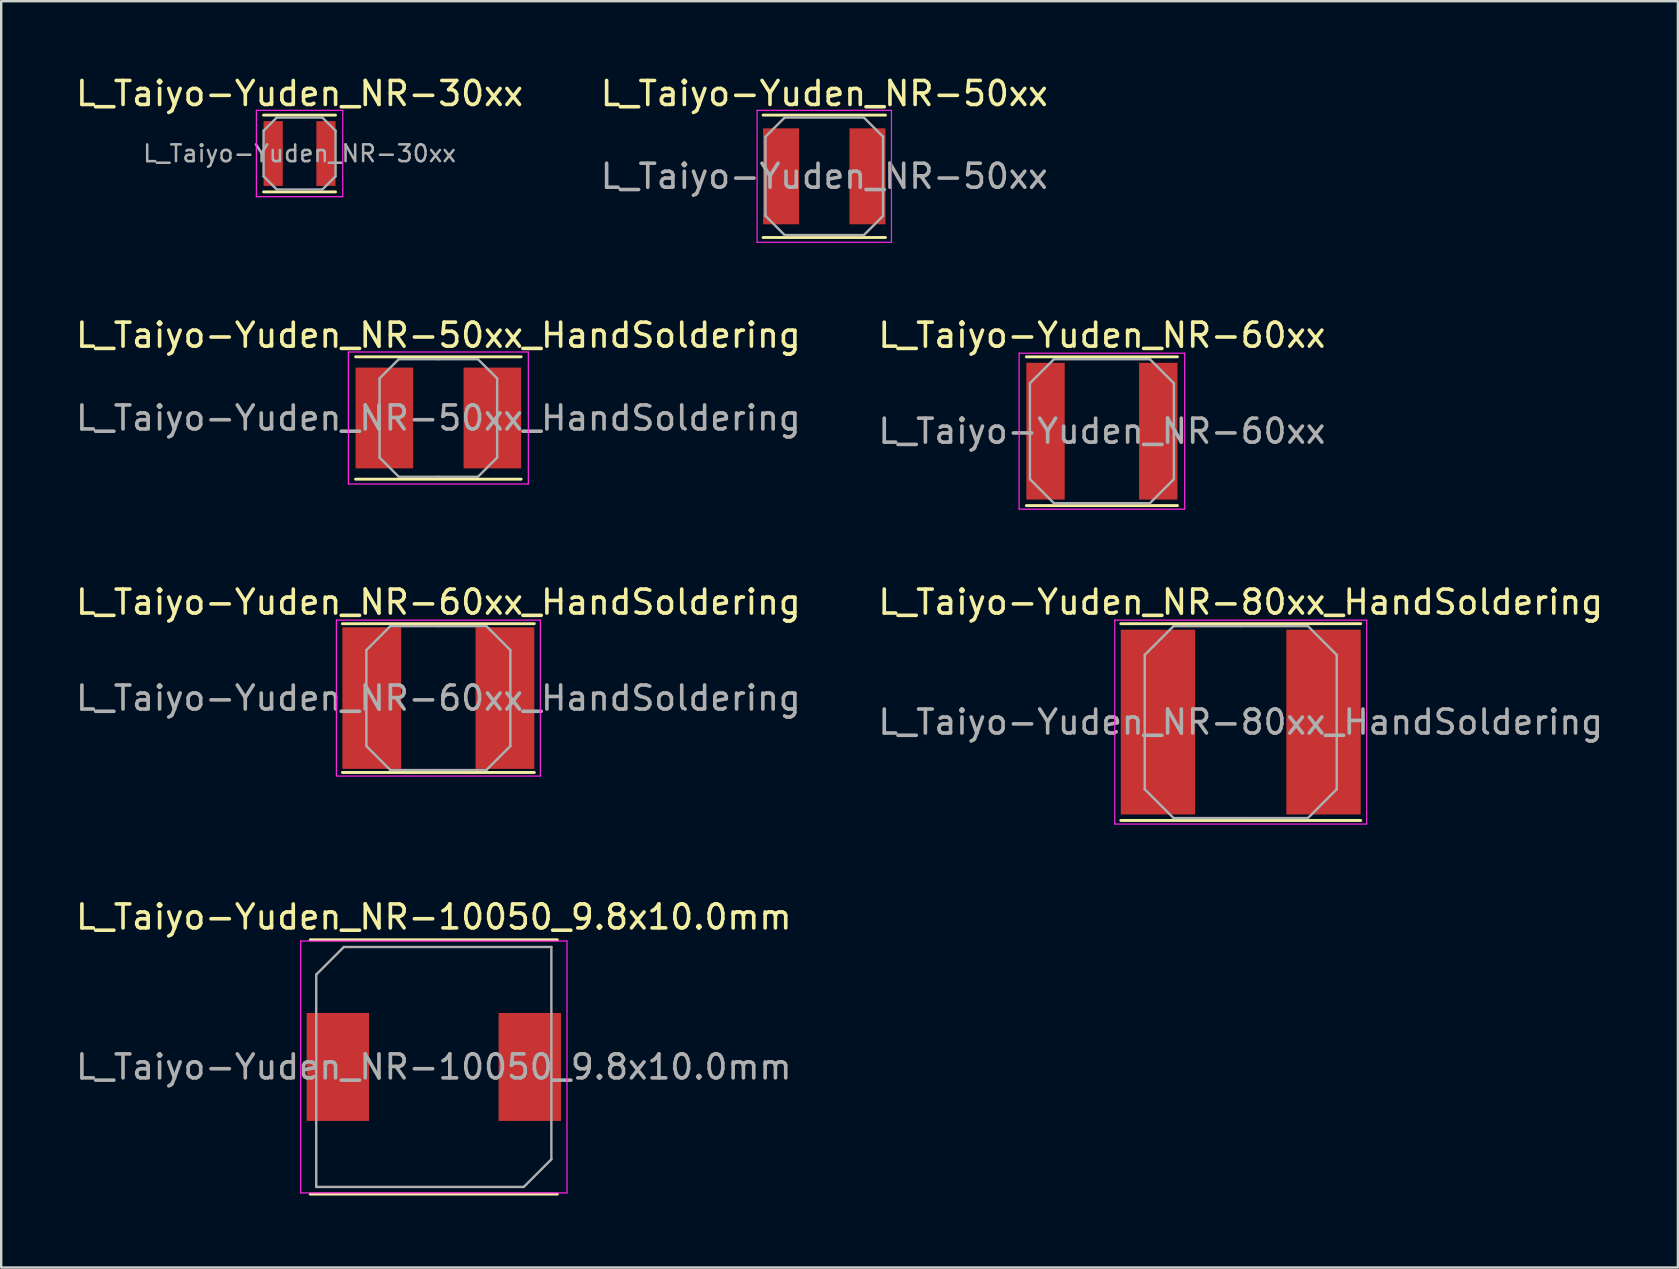
<source format=kicad_pcb>
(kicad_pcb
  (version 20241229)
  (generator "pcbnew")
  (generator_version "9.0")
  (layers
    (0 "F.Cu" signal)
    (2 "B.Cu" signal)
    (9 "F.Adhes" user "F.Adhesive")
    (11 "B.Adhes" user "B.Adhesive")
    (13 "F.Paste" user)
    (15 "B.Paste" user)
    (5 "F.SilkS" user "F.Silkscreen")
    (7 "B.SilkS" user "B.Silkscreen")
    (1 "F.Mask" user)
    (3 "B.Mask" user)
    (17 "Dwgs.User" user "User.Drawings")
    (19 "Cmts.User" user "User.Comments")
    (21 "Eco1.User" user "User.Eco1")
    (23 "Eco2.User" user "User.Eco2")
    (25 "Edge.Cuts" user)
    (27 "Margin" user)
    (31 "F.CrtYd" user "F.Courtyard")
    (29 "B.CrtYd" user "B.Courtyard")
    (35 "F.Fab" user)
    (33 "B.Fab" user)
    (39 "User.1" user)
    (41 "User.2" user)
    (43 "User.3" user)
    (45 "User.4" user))
  (footprint "L_Taiyo-Yuden_NR-60xx_HandSoldering"
    (layer "F.Cu")
    (at 15.22 26.045)
    (property "Reference" "L_Taiyo-Yuden_NR-60xx_HandSoldering" (at 0 -4 0) (layer "F.SilkS") (effects (font (size 1 1) (thickness 0.15))))
    (attr smd)
    (fp_line (start -4 -3.1) (end 4 -3.1) (stroke (width 0.12) (type solid)) (layer "F.SilkS"))
    (fp_line (start -4 3.1) (end 4 3.1) (stroke (width 0.12) (type solid)) (layer "F.SilkS"))
    (fp_line (start -4.25 -3.25) (end -4.25 3.25) (stroke (width 0.05) (type solid)) (layer "F.CrtYd"))
    (fp_line (start -4.25 3.25) (end 4.25 3.25) (stroke (width 0.05) (type solid)) (layer "F.CrtYd"))
    (fp_line (start 4.25 -3.25) (end -4.25 -3.25) (stroke (width 0.05) (type solid)) (layer "F.CrtYd"))
    (fp_line (start 4.25 3.25) (end 4.25 -3.25) (stroke (width 0.05) (type solid)) (layer "F.CrtYd"))
    (fp_line (start -3 -2) (end -2 -3) (stroke (width 0.1) (type solid)) (layer "F.Fab"))
    (fp_line (start -3 0) (end -3 -2) (stroke (width 0.1) (type solid)) (layer "F.Fab"))
    (fp_line (start -3 0) (end -3 2) (stroke (width 0.1) (type solid)) (layer "F.Fab"))
    (fp_line (start -3 2) (end -2 3) (stroke (width 0.1) (type solid)) (layer "F.Fab"))
    (fp_line (start -2 -3) (end 0 -3) (stroke (width 0.1) (type solid)) (layer "F.Fab"))
    (fp_line (start -2 3) (end 0 3) (stroke (width 0.1) (type solid)) (layer "F.Fab"))
    (fp_line (start 2 -3) (end 0 -3) (stroke (width 0.1) (type solid)) (layer "F.Fab"))
    (fp_line (start 2 3) (end 0 3) (stroke (width 0.1) (type solid)) (layer "F.Fab"))
    (fp_line (start 3 -2) (end 2 -3) (stroke (width 0.1) (type solid)) (layer "F.Fab"))
    (fp_line (start 3 0) (end 3 -2) (stroke (width 0.1) (type solid)) (layer "F.Fab"))
    (fp_line (start 3 0) (end 3 2) (stroke (width 0.1) (type solid)) (layer "F.Fab"))
    (fp_line (start 3 2) (end 2 3) (stroke (width 0.1) (type solid)) (layer "F.Fab"))
    (fp_text user "${REFERENCE}" (at 0 0 0) (layer "F.Fab") (effects (font (size 1 1) (thickness 0.15))))
    (pad "1" smd rect (at -2.775 0) (size 2.45 5.9) (layers "F.Cu" "F.Mask" "F.Paste"))
    (pad "2" smd rect (at 2.775 0) (size 2.45 5.9) (layers "F.Cu" "F.Mask" "F.Paste")))
  (footprint "L_Taiyo-Yuden_NR-30xx"
    (layer "F.Cu")
    (at 9.435 3.348)
    (property "Reference" "L_Taiyo-Yuden_NR-30xx" (at 0 -2.5 0) (layer "F.SilkS") (effects (font (size 1 1) (thickness 0.15))))
    (attr smd)
    (fp_line (start -1.5 -1.6) (end 1.5 -1.6) (stroke (width 0.12) (type solid)) (layer "F.SilkS"))
    (fp_line (start -1.5 1.6) (end 1.5 1.6) (stroke (width 0.12) (type solid)) (layer "F.SilkS"))
    (fp_line (start -1.8 -1.8) (end -1.8 1.8) (stroke (width 0.05) (type solid)) (layer "F.CrtYd"))
    (fp_line (start -1.8 1.8) (end 1.8 1.8) (stroke (width 0.05) (type solid)) (layer "F.CrtYd"))
    (fp_line (start 1.8 -1.8) (end -1.8 -1.8) (stroke (width 0.05) (type solid)) (layer "F.CrtYd"))
    (fp_line (start 1.8 1.8) (end 1.8 -1.8) (stroke (width 0.05) (type solid)) (layer "F.CrtYd"))
    (fp_line (start -1.5 -0.95) (end -1.5 0.95) (stroke (width 0.1) (type solid)) (layer "F.Fab"))
    (fp_line (start -1.5 -0.95) (end -0.95 -1.5) (stroke (width 0.1) (type solid)) (layer "F.Fab"))
    (fp_line (start -1.5 0.95) (end -0.95 1.5) (stroke (width 0.1) (type solid)) (layer "F.Fab"))
    (fp_line (start -0.95 -1.5) (end 0.95 -1.5) (stroke (width 0.1) (type solid)) (layer "F.Fab"))
    (fp_line (start -0.95 1.5) (end 0.95 1.5) (stroke (width 0.1) (type solid)) (layer "F.Fab"))
    (fp_line (start 1.5 -0.95) (end 0.95 -1.5) (stroke (width 0.1) (type solid)) (layer "F.Fab"))
    (fp_line (start 1.5 0.95) (end 0.95 1.5) (stroke (width 0.1) (type solid)) (layer "F.Fab"))
    (fp_line (start 1.5 0.95) (end 1.5 -0.95) (stroke (width 0.1) (type solid)) (layer "F.Fab"))
    (fp_text user "${REFERENCE}" (at 0 0 0) (layer "F.Fab") (effects (font (size 0.7 0.7) (thickness 0.105))))
    (pad "1" smd rect (at -1.1 0) (size 0.8 2.7) (layers "F.Cu" "F.Mask" "F.Paste"))
    (pad "2" smd rect (at 1.1 0) (size 0.8 2.7) (layers "F.Cu" "F.Mask" "F.Paste")))
  (footprint "L_Taiyo-Yuden_NR-50xx"
    (layer "F.Cu")
    (at 31.304 4.298)
    (property "Reference" "L_Taiyo-Yuden_NR-50xx" (at 0 -3.45 0) (layer "F.SilkS") (effects (font (size 1 1) (thickness 0.15))))
    (attr smd)
    (fp_line (start -2.55 -2.55) (end 2.55 -2.55) (stroke (width 0.12) (type solid)) (layer "F.SilkS"))
    (fp_line (start -2.55 2.55) (end 2.55 2.55) (stroke (width 0.12) (type solid)) (layer "F.SilkS"))
    (fp_line (start -2.8 -2.75) (end -2.8 2.75) (stroke (width 0.05) (type solid)) (layer "F.CrtYd"))
    (fp_line (start -2.8 2.75) (end 2.8 2.75) (stroke (width 0.05) (type solid)) (layer "F.CrtYd"))
    (fp_line (start 2.8 -2.75) (end -2.8 -2.75) (stroke (width 0.05) (type solid)) (layer "F.CrtYd"))
    (fp_line (start 2.8 2.75) (end 2.8 -2.75) (stroke (width 0.05) (type solid)) (layer "F.CrtYd"))
    (fp_line (start -2.45 -1.65) (end -1.65 -2.45) (stroke (width 0.1) (type solid)) (layer "F.Fab"))
    (fp_line (start -2.45 1.65) (end -2.45 -1.65) (stroke (width 0.1) (type solid)) (layer "F.Fab"))
    (fp_line (start -2.45 1.65) (end -1.65 2.45) (stroke (width 0.1) (type solid)) (layer "F.Fab"))
    (fp_line (start -1.65 -2.45) (end 1.65 -2.45) (stroke (width 0.1) (type solid)) (layer "F.Fab"))
    (fp_line (start -1.65 2.45) (end 1.65 2.45) (stroke (width 0.1) (type solid)) (layer "F.Fab"))
    (fp_line (start 2.45 -1.65) (end 1.65 -2.45) (stroke (width 0.1) (type solid)) (layer "F.Fab"))
    (fp_line (start 2.45 -1.65) (end 2.45 1.65) (stroke (width 0.1) (type solid)) (layer "F.Fab"))
    (fp_line (start 2.45 1.65) (end 1.65 2.45) (stroke (width 0.1) (type solid)) (layer "F.Fab"))
    (fp_text user "${REFERENCE}" (at 0 0 0) (layer "F.Fab") (effects (font (size 1 1) (thickness 0.15))))
    (pad "1" smd rect (at -1.8 0) (size 1.5 4) (layers "F.Cu" "F.Mask" "F.Paste"))
    (pad "2" smd rect (at 1.8 0) (size 1.5 4) (layers "F.Cu" "F.Mask" "F.Paste")))
  (footprint "L_Taiyo-Yuden_NR-60xx"
    (layer "F.Cu")
    (at 42.875 14.921)
    (property "Reference" "L_Taiyo-Yuden_NR-60xx" (at 0 -4 0) (layer "F.SilkS") (effects (font (size 1 1) (thickness 0.15))))
    (attr smd)
    (fp_line (start -3.15 -3.1) (end 3.15 -3.1) (stroke (width 0.12) (type solid)) (layer "F.SilkS"))
    (fp_line (start -3.15 3.1) (end 3.15 3.1) (stroke (width 0.12) (type solid)) (layer "F.SilkS"))
    (fp_line (start -3.45 -3.25) (end -3.45 3.25) (stroke (width 0.05) (type solid)) (layer "F.CrtYd"))
    (fp_line (start -3.45 3.25) (end 3.45 3.25) (stroke (width 0.05) (type solid)) (layer "F.CrtYd"))
    (fp_line (start 3.45 -3.25) (end -3.45 -3.25) (stroke (width 0.05) (type solid)) (layer "F.CrtYd"))
    (fp_line (start 3.45 3.25) (end 3.45 -3.25) (stroke (width 0.05) (type solid)) (layer "F.CrtYd"))
    (fp_line (start -3 -2) (end -2 -3) (stroke (width 0.1) (type solid)) (layer "F.Fab"))
    (fp_line (start -3 2) (end -3 -2) (stroke (width 0.1) (type solid)) (layer "F.Fab"))
    (fp_line (start -3 2) (end -2 3) (stroke (width 0.1) (type solid)) (layer "F.Fab"))
    (fp_line (start -2 -3) (end 2 -3) (stroke (width 0.1) (type solid)) (layer "F.Fab"))
    (fp_line (start -2 3) (end 2 3) (stroke (width 0.1) (type solid)) (layer "F.Fab"))
    (fp_line (start 3 -2) (end 2 -3) (stroke (width 0.1) (type solid)) (layer "F.Fab"))
    (fp_line (start 3 2) (end 2 3) (stroke (width 0.1) (type solid)) (layer "F.Fab"))
    (fp_line (start 3 2) (end 3 -2) (stroke (width 0.1) (type solid)) (layer "F.Fab"))
    (fp_text user "${REFERENCE}" (at 0 0 0) (layer "F.Fab") (effects (font (size 1 1) (thickness 0.15))))
    (pad "1" smd rect (at -2.35 0) (size 1.6 5.7) (layers "F.Cu" "F.Mask" "F.Paste"))
    (pad "2" smd rect (at 2.35 0) (size 1.6 5.7) (layers "F.Cu" "F.Mask" "F.Paste")))
  (footprint "L_Taiyo-Yuden_NR-80xx_HandSoldering"
    (layer "F.Cu")
    (at 48.661 27.045)
    (property "Reference" "L_Taiyo-Yuden_NR-80xx_HandSoldering" (at 0 -5 0) (layer "F.SilkS") (effects (font (size 1 1) (thickness 0.15))))
    (attr smd)
    (fp_line (start -5 -4.1) (end 5 -4.1) (stroke (width 0.12) (type solid)) (layer "F.SilkS"))
    (fp_line (start -5 4.1) (end 5 4.1) (stroke (width 0.12) (type solid)) (layer "F.SilkS"))
    (fp_line (start -5.25 -4.25) (end -5.25 4.25) (stroke (width 0.05) (type solid)) (layer "F.CrtYd"))
    (fp_line (start -5.25 4.25) (end 5.25 4.25) (stroke (width 0.05) (type solid)) (layer "F.CrtYd"))
    (fp_line (start 5.25 -4.25) (end -5.25 -4.25) (stroke (width 0.05) (type solid)) (layer "F.CrtYd"))
    (fp_line (start 5.25 4.25) (end 5.25 -4.25) (stroke (width 0.05) (type solid)) (layer "F.CrtYd"))
    (fp_line (start -4 -2.8) (end -2.8 -4) (stroke (width 0.1) (type solid)) (layer "F.Fab"))
    (fp_line (start -4 0) (end -4 -2.8) (stroke (width 0.1) (type solid)) (layer "F.Fab"))
    (fp_line (start -4 0) (end -4 2.8) (stroke (width 0.1) (type solid)) (layer "F.Fab"))
    (fp_line (start -4 2.8) (end -2.8 4) (stroke (width 0.1) (type solid)) (layer "F.Fab"))
    (fp_line (start -2.8 -4) (end 0 -4) (stroke (width 0.1) (type solid)) (layer "F.Fab"))
    (fp_line (start -2.8 4) (end 0 4) (stroke (width 0.1) (type solid)) (layer "F.Fab"))
    (fp_line (start 2.8 -4) (end 0 -4) (stroke (width 0.1) (type solid)) (layer "F.Fab"))
    (fp_line (start 2.8 4) (end 0 4) (stroke (width 0.1) (type solid)) (layer "F.Fab"))
    (fp_line (start 4 -2.8) (end 2.8 -4) (stroke (width 0.1) (type solid)) (layer "F.Fab"))
    (fp_line (start 4 0) (end 4 -2.8) (stroke (width 0.1) (type solid)) (layer "F.Fab"))
    (fp_line (start 4 0) (end 4 2.8) (stroke (width 0.1) (type solid)) (layer "F.Fab"))
    (fp_line (start 4 2.8) (end 2.8 4) (stroke (width 0.1) (type solid)) (layer "F.Fab"))
    (fp_text user "${REFERENCE}" (at 0 0 0) (layer "F.Fab") (effects (font (size 1 1) (thickness 0.15))))
    (pad "1" smd rect (at -3.45 0) (size 3.1 7.7) (layers "F.Cu" "F.Mask" "F.Paste"))
    (pad "2" smd rect (at 3.45 0) (size 3.1 7.7) (layers "F.Cu" "F.Mask" "F.Paste")))
  (footprint "L_Taiyo-Yuden_NR-50xx_HandSoldering"
    (layer "F.Cu")
    (at 15.22 14.371)
    (property "Reference" "L_Taiyo-Yuden_NR-50xx_HandSoldering" (at 0 -3.45 0) (layer "F.SilkS") (effects (font (size 1 1) (thickness 0.15))))
    (attr smd)
    (fp_line (start -3.45 -2.55) (end 3.45 -2.55) (stroke (width 0.12) (type solid)) (layer "F.SilkS"))
    (fp_line (start -3.45 2.55) (end 3.45 2.55) (stroke (width 0.12) (type solid)) (layer "F.SilkS"))
    (fp_line (start -3.75 -2.75) (end -3.75 2.75) (stroke (width 0.05) (type solid)) (layer "F.CrtYd"))
    (fp_line (start -3.75 2.75) (end 3.75 2.75) (stroke (width 0.05) (type solid)) (layer "F.CrtYd"))
    (fp_line (start 3.75 -2.75) (end -3.75 -2.75) (stroke (width 0.05) (type solid)) (layer "F.CrtYd"))
    (fp_line (start 3.75 2.75) (end 3.75 -2.75) (stroke (width 0.05) (type solid)) (layer "F.CrtYd"))
    (fp_line (start -2.45 -1.65) (end -1.65 -2.45) (stroke (width 0.1) (type solid)) (layer "F.Fab"))
    (fp_line (start -2.45 0) (end -2.45 -1.65) (stroke (width 0.1) (type solid)) (layer "F.Fab"))
    (fp_line (start -2.45 0) (end -2.45 1.65) (stroke (width 0.1) (type solid)) (layer "F.Fab"))
    (fp_line (start -2.45 1.65) (end -1.65 2.45) (stroke (width 0.1) (type solid)) (layer "F.Fab"))
    (fp_line (start -1.65 -2.45) (end 0 -2.45) (stroke (width 0.1) (type solid)) (layer "F.Fab"))
    (fp_line (start -1.65 2.45) (end 0 2.45) (stroke (width 0.1) (type solid)) (layer "F.Fab"))
    (fp_line (start 1.65 -2.45) (end 0 -2.45) (stroke (width 0.1) (type solid)) (layer "F.Fab"))
    (fp_line (start 1.65 2.45) (end 0 2.45) (stroke (width 0.1) (type solid)) (layer "F.Fab"))
    (fp_line (start 2.45 -1.65) (end 1.65 -2.45) (stroke (width 0.1) (type solid)) (layer "F.Fab"))
    (fp_line (start 2.45 0) (end 2.45 -1.65) (stroke (width 0.1) (type solid)) (layer "F.Fab"))
    (fp_line (start 2.45 0) (end 2.45 1.65) (stroke (width 0.1) (type solid)) (layer "F.Fab"))
    (fp_line (start 2.45 1.65) (end 1.65 2.45) (stroke (width 0.1) (type solid)) (layer "F.Fab"))
    (fp_text user "${REFERENCE}" (at 0 0 0) (layer "F.Fab") (effects (font (size 1 1) (thickness 0.15))))
    (pad "1" smd rect (at -2.25 0) (size 2.4 4.2) (layers "F.Cu" "F.Mask" "F.Paste"))
    (pad "2" smd rect (at 2.25 0) (size 2.4 4.2) (layers "F.Cu" "F.Mask" "F.Paste")))
  (footprint "L_Taiyo-Yuden_NR-10050_9.8x10.0mm"
    (layer "F.Cu")
    (at 15.03 41.418)
    (property "Reference" "L_Taiyo-Yuden_NR-10050_9.8x10.0mm" (at 0 -6.25 0) (layer "F.SilkS") (effects (font (size 1 1) (thickness 0.15))))
    (attr smd)
    (fp_line (start -5.15 -5.3) (end 5.15 -5.3) (stroke (width 0.12) (type solid)) (layer "F.SilkS"))
    (fp_line (start -5.15 5.3) (end 5.15 5.3) (stroke (width 0.12) (type solid)) (layer "F.SilkS"))
    (fp_line (start -5.55 -5.25) (end -5.55 5.25) (stroke (width 0.05) (type solid)) (layer "F.CrtYd"))
    (fp_line (start -5.55 5.25) (end 5.55 5.25) (stroke (width 0.05) (type solid)) (layer "F.CrtYd"))
    (fp_line (start 5.55 -5.25) (end -5.55 -5.25) (stroke (width 0.05) (type solid)) (layer "F.CrtYd"))
    (fp_line (start 5.55 5.25) (end 5.55 -5.25) (stroke (width 0.05) (type solid)) (layer "F.CrtYd"))
    (fp_line (start -4.9 -3.85) (end -4.9 5) (stroke (width 0.1) (type solid)) (layer "F.Fab"))
    (fp_line (start -4.9 -3.85) (end -3.75 -5) (stroke (width 0.1) (type solid)) (layer "F.Fab"))
    (fp_line (start -4.9 5) (end 3.75 5) (stroke (width 0.1) (type solid)) (layer "F.Fab"))
    (fp_line (start 3.75 5) (end 4.9 3.85) (stroke (width 0.1) (type solid)) (layer "F.Fab"))
    (fp_line (start 4.9 -5) (end -3.75 -5) (stroke (width 0.1) (type solid)) (layer "F.Fab"))
    (fp_line (start 4.9 3.85) (end 4.9 -5) (stroke (width 0.1) (type solid)) (layer "F.Fab"))
    (fp_text user "${REFERENCE}" (at 0 0 0) (layer "F.Fab") (effects (font (size 1 1) (thickness 0.15))))
    (pad "1" smd rect (at -4 0) (size 2.6 4.5) (layers "F.Cu" "F.Mask" "F.Paste"))
    (pad "2" smd rect (at 4 0) (size 2.6 4.5) (layers "F.Cu" "F.Mask" "F.Paste")))
  (gr_rect
    (start -3 -3)
    (end 66.881 49.778)
    (stroke (width 0.1) (type default))
    (fill no)
    (layer "Edge.Cuts")))
</source>
